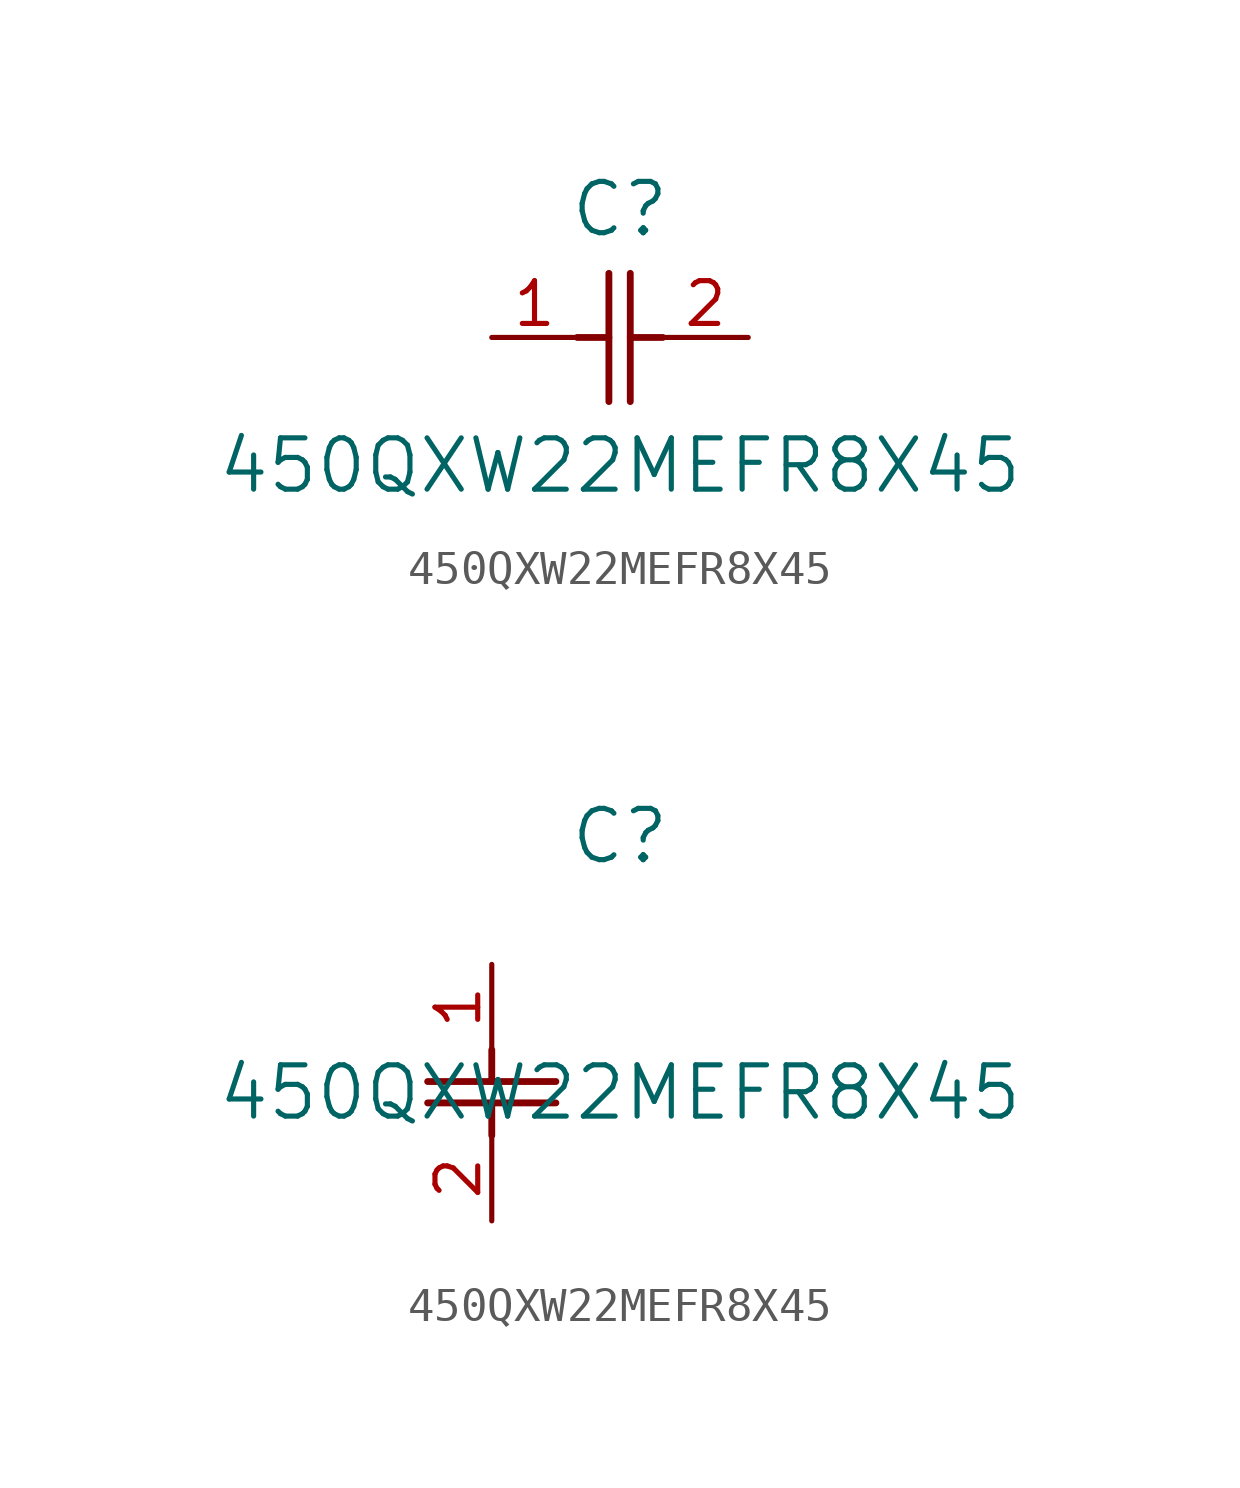
<source format=kicad_sym>
(kicad_symbol_lib
  (version 20211014)
  (generator kicad_symbol_editor)
  (symbol "450QXW22MEFR8X45"
    (pin_names
      (offset 0.254))
    (property "Reference" "C"
      (at 3.81 3.81 0)
      (effects (font (size 1.524 1.524))))
    (property "Value" "450QXW22MEFR8X45"
      (at 3.81 -3.81 0)
      (effects (font (size 1.524 1.524))))
    (symbol "450QXW22MEFR8X45_1_1"
      (polyline (pts (xy 3.48 -1.905) (xy 3.48 1.905)) (stroke (width 0.203) (type default) (color 0 0 0 0)) (fill (type none)))
      (polyline (pts (xy 4.115 -1.905) (xy 4.115 1.905)) (stroke (width 0.203) (type default) (color 0 0 0 0)) (fill (type none)))
      (polyline (pts (xy 4.115 0) (xy 5.08 0)) (stroke (width 0.203) (type default) (color 0 0 0 0)) (fill (type none)))
      (polyline (pts (xy 2.54 0) (xy 3.48 0)) (stroke (width 0.203) (type default) (color 0 0 0 0)) (fill (type none)))
      (pin unspecified line (at 0 0 0) (length 2.54) (name "" (effects (font (size 1.27 1.27)))) (number "1" (effects (font (size 1.27 1.27)))))
      (pin unspecified line (at 7.62 0 180) (length 2.54) (name "" (effects (font (size 1.27 1.27)))) (number "2" (effects (font (size 1.27 1.27))))))
    (symbol "450QXW22MEFR8X45_1_2"
      (polyline (pts (xy -1.905 -3.48) (xy 1.905 -3.48)) (stroke (width 0.203) (type default) (color 0 0 0 0)) (fill (type none)))
      (polyline (pts (xy -1.905 -4.115) (xy 1.905 -4.115)) (stroke (width 0.203) (type default) (color 0 0 0 0)) (fill (type none)))
      (polyline (pts (xy 0 -4.115) (xy 0 -5.08)) (stroke (width 0.203) (type default) (color 0 0 0 0)) (fill (type none)))
      (polyline (pts (xy 0 -2.54) (xy 0 -3.48)) (stroke (width 0.203) (type default) (color 0 0 0 0)) (fill (type none)))
      (pin unspecified line (at 0 0 270) (length 2.54) (name "" (effects (font (size 1.27 1.27)))) (number "1" (effects (font (size 1.27 1.27)))))
      (pin unspecified line (at 0 -7.62 90) (length 2.54) (name "" (effects (font (size 1.27 1.27)))) (number "2" (effects (font (size 1.27 1.27))))))))
</source>
